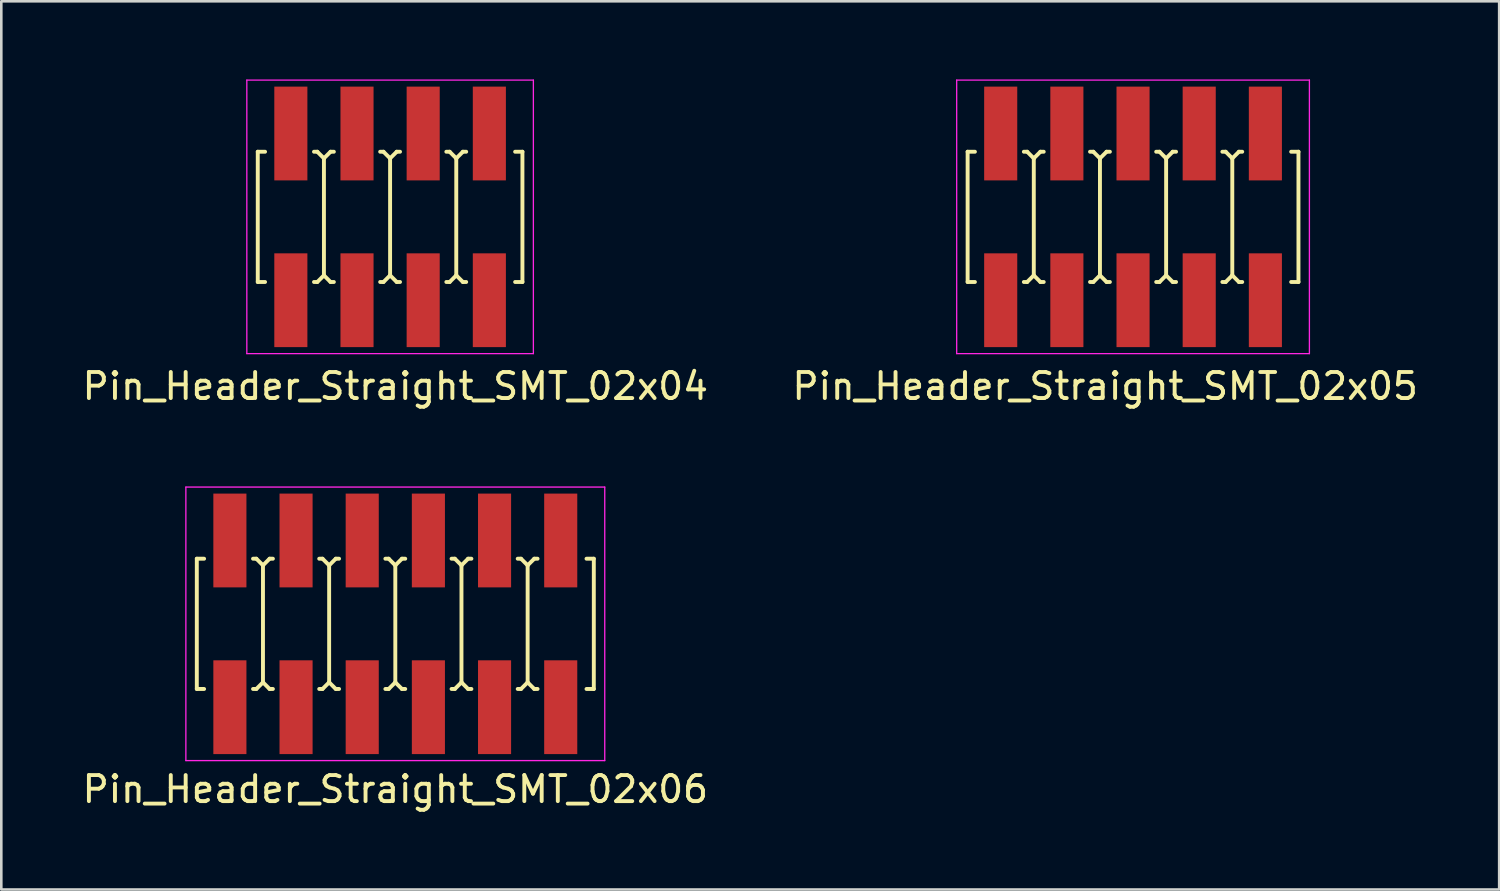
<source format=kicad_pcb>
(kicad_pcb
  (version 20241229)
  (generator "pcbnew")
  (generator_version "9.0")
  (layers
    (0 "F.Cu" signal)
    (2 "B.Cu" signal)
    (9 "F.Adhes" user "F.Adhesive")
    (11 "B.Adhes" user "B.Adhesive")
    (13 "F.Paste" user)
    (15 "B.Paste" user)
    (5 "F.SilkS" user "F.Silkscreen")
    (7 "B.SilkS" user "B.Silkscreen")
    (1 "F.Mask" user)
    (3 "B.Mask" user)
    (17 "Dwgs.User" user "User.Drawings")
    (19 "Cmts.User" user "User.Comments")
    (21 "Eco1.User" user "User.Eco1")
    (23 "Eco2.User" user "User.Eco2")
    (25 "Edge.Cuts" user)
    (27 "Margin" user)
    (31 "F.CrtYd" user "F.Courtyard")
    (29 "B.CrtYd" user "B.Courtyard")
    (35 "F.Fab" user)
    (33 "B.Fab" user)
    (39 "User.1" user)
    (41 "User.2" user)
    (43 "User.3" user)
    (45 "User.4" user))
  (footprint "Pin_Header_Straight_SMT_02x04"
    (layer "F.Cu")
    (at 11.925 5.275)
    (property "Reference" "Pin_Header_Straight_SMT_02x04" (at 0.2 6.5 0) (layer "F.SilkS") (effects (font (size 1 1) (thickness 0.15))))
    (attr through_hole)
    (fp_line (start -5.08 -2.5) (end -5.08 2.5) (stroke (width 0.15) (type solid)) (layer "F.SilkS"))
    (fp_line (start -5.08 -2.5) (end -4.8 -2.5) (stroke (width 0.15) (type solid)) (layer "F.SilkS"))
    (fp_line (start -5.08 2.5) (end -4.8 2.5) (stroke (width 0.15) (type solid)) (layer "F.SilkS"))
    (fp_line (start -2.921 -2.5) (end -2.794 -2.5) (stroke (width 0.15) (type solid)) (layer "F.SilkS"))
    (fp_line (start -2.794 -2.5) (end -2.54 -2.246) (stroke (width 0.15) (type solid)) (layer "F.SilkS"))
    (fp_line (start -2.794 2.5) (end -2.921 2.5) (stroke (width 0.15) (type solid)) (layer "F.SilkS"))
    (fp_line (start -2.54 -2.246) (end -2.286 -2.5) (stroke (width 0.15) (type solid)) (layer "F.SilkS"))
    (fp_line (start -2.54 2.246) (end -2.794 2.5) (stroke (width 0.15) (type solid)) (layer "F.SilkS"))
    (fp_line (start -2.54 2.25) (end -2.54 -2.25) (stroke (width 0.15) (type solid)) (layer "F.SilkS"))
    (fp_line (start -2.286 -2.5) (end -2.159 -2.5) (stroke (width 0.15) (type solid)) (layer "F.SilkS"))
    (fp_line (start -2.286 2.5) (end -2.54 2.246) (stroke (width 0.15) (type solid)) (layer "F.SilkS"))
    (fp_line (start -2.159 2.5) (end -2.286 2.5) (stroke (width 0.15) (type solid)) (layer "F.SilkS"))
    (fp_line (start -0.381 -2.5) (end -0.254 -2.5) (stroke (width 0.15) (type solid)) (layer "F.SilkS"))
    (fp_line (start -0.254 -2.5) (end 0 -2.246) (stroke (width 0.15) (type solid)) (layer "F.SilkS"))
    (fp_line (start -0.254 2.5) (end -0.381 2.5) (stroke (width 0.15) (type solid)) (layer "F.SilkS"))
    (fp_line (start 0 -2.246) (end 0.254 -2.5) (stroke (width 0.15) (type solid)) (layer "F.SilkS"))
    (fp_line (start 0 2.246) (end -0.254 2.5) (stroke (width 0.15) (type solid)) (layer "F.SilkS"))
    (fp_line (start 0 2.25) (end 0 -2.25) (stroke (width 0.15) (type solid)) (layer "F.SilkS"))
    (fp_line (start 0.254 -2.5) (end 0.381 -2.5) (stroke (width 0.15) (type solid)) (layer "F.SilkS"))
    (fp_line (start 0.254 2.5) (end 0 2.246) (stroke (width 0.15) (type solid)) (layer "F.SilkS"))
    (fp_line (start 0.381 2.5) (end 0.254 2.5) (stroke (width 0.15) (type solid)) (layer "F.SilkS"))
    (fp_line (start 2.159 -2.5) (end 2.286 -2.5) (stroke (width 0.15) (type solid)) (layer "F.SilkS"))
    (fp_line (start 2.286 -2.5) (end 2.54 -2.246) (stroke (width 0.15) (type solid)) (layer "F.SilkS"))
    (fp_line (start 2.286 2.5) (end 2.159 2.5) (stroke (width 0.15) (type solid)) (layer "F.SilkS"))
    (fp_line (start 2.54 -2.246) (end 2.794 -2.5) (stroke (width 0.15) (type solid)) (layer "F.SilkS"))
    (fp_line (start 2.54 2.246) (end 2.286 2.5) (stroke (width 0.15) (type solid)) (layer "F.SilkS"))
    (fp_line (start 2.54 2.25) (end 2.54 -2.25) (stroke (width 0.15) (type solid)) (layer "F.SilkS"))
    (fp_line (start 2.794 -2.5) (end 2.921 -2.5) (stroke (width 0.15) (type solid)) (layer "F.SilkS"))
    (fp_line (start 2.794 2.5) (end 2.54 2.246) (stroke (width 0.15) (type solid)) (layer "F.SilkS"))
    (fp_line (start 2.921 2.5) (end 2.794 2.5) (stroke (width 0.15) (type solid)) (layer "F.SilkS"))
    (fp_line (start 5.08 -2.5) (end 4.8 -2.5) (stroke (width 0.15) (type solid)) (layer "F.SilkS"))
    (fp_line (start 5.08 -2.5) (end 5.08 2.5) (stroke (width 0.15) (type solid)) (layer "F.SilkS"))
    (fp_line (start 5.08 2.5) (end 4.8 2.5) (stroke (width 0.15) (type solid)) (layer "F.SilkS"))
    (fp_line (start -5.5 -5.25) (end -5.5 5.25) (stroke (width 0.05) (type solid)) (layer "F.CrtYd"))
    (fp_line (start -5.5 5.25) (end 5.5 5.25) (stroke (width 0.05) (type solid)) (layer "F.CrtYd"))
    (fp_line (start 5.5 -5.25) (end -5.5 -5.25) (stroke (width 0.05) (type solid)) (layer "F.CrtYd"))
    (fp_line (start 5.5 5.25) (end 5.5 -5.25) (stroke (width 0.05) (type solid)) (layer "F.CrtYd"))
    (pad "1" smd rect (at -3.81 3.2) (size 1.27 3.6) (layers "F.Cu" "F.Mask" "F.Paste"))
    (pad "2" smd rect (at -3.81 -3.2) (size 1.27 3.6) (layers "F.Cu" "F.Mask" "F.Paste"))
    (pad "3" smd rect (at -1.27 3.2) (size 1.27 3.6) (layers "F.Cu" "F.Mask" "F.Paste"))
    (pad "4" smd rect (at -1.27 -3.2) (size 1.27 3.6) (layers "F.Cu" "F.Mask" "F.Paste"))
    (pad "5" smd rect (at 1.27 3.2) (size 1.27 3.6) (layers "F.Cu" "F.Mask" "F.Paste"))
    (pad "6" smd rect (at 1.27 -3.2) (size 1.27 3.6) (layers "F.Cu" "F.Mask" "F.Paste"))
    (pad "7" smd rect (at 3.81 3.2) (size 1.27 3.6) (layers "F.Cu" "F.Mask" "F.Paste"))
    (pad "8" smd rect (at 3.81 -3.2) (size 1.27 3.6) (layers "F.Cu" "F.Mask" "F.Paste")))
  (footprint "Pin_Header_Straight_SMT_02x06"
    (layer "F.Cu")
    (at 12.125 20.898)
    (property "Reference" "Pin_Header_Straight_SMT_02x06" (at 0 6.35 0) (layer "F.SilkS") (effects (font (size 1 1) (thickness 0.15))))
    (attr through_hole)
    (fp_line (start -7.62 -2.5) (end -7.62 2.5) (stroke (width 0.15) (type solid)) (layer "F.SilkS"))
    (fp_line (start -7.62 -2.5) (end -7.34 -2.5) (stroke (width 0.15) (type solid)) (layer "F.SilkS"))
    (fp_line (start -7.62 2.5) (end -7.34 2.5) (stroke (width 0.15) (type solid)) (layer "F.SilkS"))
    (fp_line (start -5.461 -2.5) (end -5.334 -2.5) (stroke (width 0.15) (type solid)) (layer "F.SilkS"))
    (fp_line (start -5.334 -2.5) (end -5.08 -2.246) (stroke (width 0.15) (type solid)) (layer "F.SilkS"))
    (fp_line (start -5.334 2.5) (end -5.461 2.5) (stroke (width 0.15) (type solid)) (layer "F.SilkS"))
    (fp_line (start -5.08 -2.246) (end -4.826 -2.5) (stroke (width 0.15) (type solid)) (layer "F.SilkS"))
    (fp_line (start -5.08 2.246) (end -5.334 2.5) (stroke (width 0.15) (type solid)) (layer "F.SilkS"))
    (fp_line (start -5.08 2.25) (end -5.08 -2.25) (stroke (width 0.15) (type solid)) (layer "F.SilkS"))
    (fp_line (start -4.826 -2.5) (end -4.699 -2.5) (stroke (width 0.15) (type solid)) (layer "F.SilkS"))
    (fp_line (start -4.826 2.5) (end -5.08 2.246) (stroke (width 0.15) (type solid)) (layer "F.SilkS"))
    (fp_line (start -4.699 2.5) (end -4.826 2.5) (stroke (width 0.15) (type solid)) (layer "F.SilkS"))
    (fp_line (start -2.921 -2.5) (end -2.794 -2.5) (stroke (width 0.15) (type solid)) (layer "F.SilkS"))
    (fp_line (start -2.794 -2.5) (end -2.54 -2.246) (stroke (width 0.15) (type solid)) (layer "F.SilkS"))
    (fp_line (start -2.794 2.5) (end -2.921 2.5) (stroke (width 0.15) (type solid)) (layer "F.SilkS"))
    (fp_line (start -2.54 -2.246) (end -2.286 -2.5) (stroke (width 0.15) (type solid)) (layer "F.SilkS"))
    (fp_line (start -2.54 2.246) (end -2.794 2.5) (stroke (width 0.15) (type solid)) (layer "F.SilkS"))
    (fp_line (start -2.54 2.25) (end -2.54 -2.25) (stroke (width 0.15) (type solid)) (layer "F.SilkS"))
    (fp_line (start -2.286 -2.5) (end -2.159 -2.5) (stroke (width 0.15) (type solid)) (layer "F.SilkS"))
    (fp_line (start -2.286 2.5) (end -2.54 2.246) (stroke (width 0.15) (type solid)) (layer "F.SilkS"))
    (fp_line (start -2.159 2.5) (end -2.286 2.5) (stroke (width 0.15) (type solid)) (layer "F.SilkS"))
    (fp_line (start -0.381 -2.5) (end -0.254 -2.5) (stroke (width 0.15) (type solid)) (layer "F.SilkS"))
    (fp_line (start -0.254 -2.5) (end 0 -2.246) (stroke (width 0.15) (type solid)) (layer "F.SilkS"))
    (fp_line (start -0.254 2.5) (end -0.381 2.5) (stroke (width 0.15) (type solid)) (layer "F.SilkS"))
    (fp_line (start 0 -2.246) (end 0.254 -2.5) (stroke (width 0.15) (type solid)) (layer "F.SilkS"))
    (fp_line (start 0 2.246) (end -0.254 2.5) (stroke (width 0.15) (type solid)) (layer "F.SilkS"))
    (fp_line (start 0 2.25) (end 0 -2.25) (stroke (width 0.15) (type solid)) (layer "F.SilkS"))
    (fp_line (start 0.254 -2.5) (end 0.381 -2.5) (stroke (width 0.15) (type solid)) (layer "F.SilkS"))
    (fp_line (start 0.254 2.5) (end 0 2.246) (stroke (width 0.15) (type solid)) (layer "F.SilkS"))
    (fp_line (start 0.381 2.5) (end 0.254 2.5) (stroke (width 0.15) (type solid)) (layer "F.SilkS"))
    (fp_line (start 2.159 -2.5) (end 2.286 -2.5) (stroke (width 0.15) (type solid)) (layer "F.SilkS"))
    (fp_line (start 2.286 -2.5) (end 2.54 -2.246) (stroke (width 0.15) (type solid)) (layer "F.SilkS"))
    (fp_line (start 2.286 2.5) (end 2.159 2.5) (stroke (width 0.15) (type solid)) (layer "F.SilkS"))
    (fp_line (start 2.54 -2.246) (end 2.794 -2.5) (stroke (width 0.15) (type solid)) (layer "F.SilkS"))
    (fp_line (start 2.54 2.246) (end 2.286 2.5) (stroke (width 0.15) (type solid)) (layer "F.SilkS"))
    (fp_line (start 2.54 2.25) (end 2.54 -2.25) (stroke (width 0.15) (type solid)) (layer "F.SilkS"))
    (fp_line (start 2.794 -2.5) (end 2.921 -2.5) (stroke (width 0.15) (type solid)) (layer "F.SilkS"))
    (fp_line (start 2.794 2.5) (end 2.54 2.246) (stroke (width 0.15) (type solid)) (layer "F.SilkS"))
    (fp_line (start 2.921 2.5) (end 2.794 2.5) (stroke (width 0.15) (type solid)) (layer "F.SilkS"))
    (fp_line (start 4.699 -2.5) (end 4.826 -2.5) (stroke (width 0.15) (type solid)) (layer "F.SilkS"))
    (fp_line (start 4.826 -2.5) (end 5.08 -2.246) (stroke (width 0.15) (type solid)) (layer "F.SilkS"))
    (fp_line (start 4.826 2.5) (end 4.699 2.5) (stroke (width 0.15) (type solid)) (layer "F.SilkS"))
    (fp_line (start 5.08 -2.246) (end 5.334 -2.5) (stroke (width 0.15) (type solid)) (layer "F.SilkS"))
    (fp_line (start 5.08 2.246) (end 4.826 2.5) (stroke (width 0.15) (type solid)) (layer "F.SilkS"))
    (fp_line (start 5.08 2.25) (end 5.08 -2.25) (stroke (width 0.15) (type solid)) (layer "F.SilkS"))
    (fp_line (start 5.334 -2.5) (end 5.461 -2.5) (stroke (width 0.15) (type solid)) (layer "F.SilkS"))
    (fp_line (start 5.334 2.5) (end 5.08 2.246) (stroke (width 0.15) (type solid)) (layer "F.SilkS"))
    (fp_line (start 5.461 2.5) (end 5.334 2.5) (stroke (width 0.15) (type solid)) (layer "F.SilkS"))
    (fp_line (start 7.62 -2.5) (end 7.34 -2.5) (stroke (width 0.15) (type solid)) (layer "F.SilkS"))
    (fp_line (start 7.62 -2.5) (end 7.62 2.5) (stroke (width 0.15) (type solid)) (layer "F.SilkS"))
    (fp_line (start 7.62 2.5) (end 7.34 2.5) (stroke (width 0.15) (type solid)) (layer "F.SilkS"))
    (fp_line (start -8.04 -5.25) (end -8.04 5.25) (stroke (width 0.05) (type solid)) (layer "F.CrtYd"))
    (fp_line (start -8.04 5.25) (end 8.04 5.25) (stroke (width 0.05) (type solid)) (layer "F.CrtYd"))
    (fp_line (start 8.04 -5.25) (end -8.04 -5.25) (stroke (width 0.05) (type solid)) (layer "F.CrtYd"))
    (fp_line (start 8.04 5.25) (end 8.04 -5.25) (stroke (width 0.05) (type solid)) (layer "F.CrtYd"))
    (pad "1" smd rect (at -6.35 3.2) (size 1.27 3.6) (layers "F.Cu" "F.Mask" "F.Paste"))
    (pad "2" smd rect (at -6.35 -3.2) (size 1.27 3.6) (layers "F.Cu" "F.Mask" "F.Paste"))
    (pad "3" smd rect (at -3.81 3.2) (size 1.27 3.6) (layers "F.Cu" "F.Mask" "F.Paste"))
    (pad "4" smd rect (at -3.81 -3.2) (size 1.27 3.6) (layers "F.Cu" "F.Mask" "F.Paste"))
    (pad "5" smd rect (at -1.27 3.2) (size 1.27 3.6) (layers "F.Cu" "F.Mask" "F.Paste"))
    (pad "6" smd rect (at -1.27 -3.2) (size 1.27 3.6) (layers "F.Cu" "F.Mask" "F.Paste"))
    (pad "7" smd rect (at 1.27 3.2) (size 1.27 3.6) (layers "F.Cu" "F.Mask" "F.Paste"))
    (pad "8" smd rect (at 1.27 -3.2) (size 1.27 3.6) (layers "F.Cu" "F.Mask" "F.Paste"))
    (pad "9" smd rect (at 3.81 3.2) (size 1.27 3.6) (layers "F.Cu" "F.Mask" "F.Paste"))
    (pad "10" smd rect (at 3.81 -3.2) (size 1.27 3.6) (layers "F.Cu" "F.Mask" "F.Paste"))
    (pad "11" smd rect (at 6.35 3.2) (size 1.27 3.6) (layers "F.Cu" "F.Mask" "F.Paste"))
    (pad "12" smd rect (at 6.35 -3.2) (size 1.27 3.6) (layers "F.Cu" "F.Mask" "F.Paste")))
  (footprint "Pin_Header_Straight_SMT_02x05"
    (layer "F.Cu")
    (at 40.445 5.275)
    (property "Reference" "Pin_Header_Straight_SMT_02x05" (at -1.07 6.5 0) (layer "F.SilkS") (effects (font (size 1 1) (thickness 0.15))))
    (attr through_hole)
    (fp_line (start -6.35 -2.5) (end -6.35 2.5) (stroke (width 0.15) (type solid)) (layer "F.SilkS"))
    (fp_line (start -6.35 -2.5) (end -6.07 -2.5) (stroke (width 0.15) (type solid)) (layer "F.SilkS"))
    (fp_line (start -6.35 2.5) (end -6.07 2.5) (stroke (width 0.15) (type solid)) (layer "F.SilkS"))
    (fp_line (start -4.191 -2.5) (end -4.064 -2.5) (stroke (width 0.15) (type solid)) (layer "F.SilkS"))
    (fp_line (start -4.064 -2.5) (end -3.81 -2.246) (stroke (width 0.15) (type solid)) (layer "F.SilkS"))
    (fp_line (start -4.064 2.5) (end -4.191 2.5) (stroke (width 0.15) (type solid)) (layer "F.SilkS"))
    (fp_line (start -3.81 -2.246) (end -3.556 -2.5) (stroke (width 0.15) (type solid)) (layer "F.SilkS"))
    (fp_line (start -3.81 2.246) (end -4.064 2.5) (stroke (width 0.15) (type solid)) (layer "F.SilkS"))
    (fp_line (start -3.81 2.25) (end -3.81 -2.25) (stroke (width 0.15) (type solid)) (layer "F.SilkS"))
    (fp_line (start -3.556 -2.5) (end -3.429 -2.5) (stroke (width 0.15) (type solid)) (layer "F.SilkS"))
    (fp_line (start -3.556 2.5) (end -3.81 2.246) (stroke (width 0.15) (type solid)) (layer "F.SilkS"))
    (fp_line (start -3.429 2.5) (end -3.556 2.5) (stroke (width 0.15) (type solid)) (layer "F.SilkS"))
    (fp_line (start -1.651 -2.5) (end -1.524 -2.5) (stroke (width 0.15) (type solid)) (layer "F.SilkS"))
    (fp_line (start -1.524 -2.5) (end -1.27 -2.246) (stroke (width 0.15) (type solid)) (layer "F.SilkS"))
    (fp_line (start -1.524 2.5) (end -1.651 2.5) (stroke (width 0.15) (type solid)) (layer "F.SilkS"))
    (fp_line (start -1.27 -2.246) (end -1.016 -2.5) (stroke (width 0.15) (type solid)) (layer "F.SilkS"))
    (fp_line (start -1.27 2.246) (end -1.524 2.5) (stroke (width 0.15) (type solid)) (layer "F.SilkS"))
    (fp_line (start -1.27 2.25) (end -1.27 -2.25) (stroke (width 0.15) (type solid)) (layer "F.SilkS"))
    (fp_line (start -1.016 -2.5) (end -0.889 -2.5) (stroke (width 0.15) (type solid)) (layer "F.SilkS"))
    (fp_line (start -1.016 2.5) (end -1.27 2.246) (stroke (width 0.15) (type solid)) (layer "F.SilkS"))
    (fp_line (start -0.889 2.5) (end -1.016 2.5) (stroke (width 0.15) (type solid)) (layer "F.SilkS"))
    (fp_line (start 0.889 -2.5) (end 1.016 -2.5) (stroke (width 0.15) (type solid)) (layer "F.SilkS"))
    (fp_line (start 1.016 -2.5) (end 1.27 -2.246) (stroke (width 0.15) (type solid)) (layer "F.SilkS"))
    (fp_line (start 1.016 2.5) (end 0.889 2.5) (stroke (width 0.15) (type solid)) (layer "F.SilkS"))
    (fp_line (start 1.27 -2.246) (end 1.524 -2.5) (stroke (width 0.15) (type solid)) (layer "F.SilkS"))
    (fp_line (start 1.27 2.246) (end 1.016 2.5) (stroke (width 0.15) (type solid)) (layer "F.SilkS"))
    (fp_line (start 1.27 2.25) (end 1.27 -2.25) (stroke (width 0.15) (type solid)) (layer "F.SilkS"))
    (fp_line (start 1.524 -2.5) (end 1.651 -2.5) (stroke (width 0.15) (type solid)) (layer "F.SilkS"))
    (fp_line (start 1.524 2.5) (end 1.27 2.246) (stroke (width 0.15) (type solid)) (layer "F.SilkS"))
    (fp_line (start 1.651 2.5) (end 1.524 2.5) (stroke (width 0.15) (type solid)) (layer "F.SilkS"))
    (fp_line (start 3.429 -2.5) (end 3.556 -2.5) (stroke (width 0.15) (type solid)) (layer "F.SilkS"))
    (fp_line (start 3.556 -2.5) (end 3.81 -2.246) (stroke (width 0.15) (type solid)) (layer "F.SilkS"))
    (fp_line (start 3.556 2.5) (end 3.429 2.5) (stroke (width 0.15) (type solid)) (layer "F.SilkS"))
    (fp_line (start 3.81 -2.246) (end 4.064 -2.5) (stroke (width 0.15) (type solid)) (layer "F.SilkS"))
    (fp_line (start 3.81 2.246) (end 3.556 2.5) (stroke (width 0.15) (type solid)) (layer "F.SilkS"))
    (fp_line (start 3.81 2.25) (end 3.81 -2.25) (stroke (width 0.15) (type solid)) (layer "F.SilkS"))
    (fp_line (start 4.064 -2.5) (end 4.191 -2.5) (stroke (width 0.15) (type solid)) (layer "F.SilkS"))
    (fp_line (start 4.064 2.5) (end 3.81 2.246) (stroke (width 0.15) (type solid)) (layer "F.SilkS"))
    (fp_line (start 4.191 2.5) (end 4.064 2.5) (stroke (width 0.15) (type solid)) (layer "F.SilkS"))
    (fp_line (start 6.35 -2.5) (end 6.07 -2.5) (stroke (width 0.15) (type solid)) (layer "F.SilkS"))
    (fp_line (start 6.35 -2.5) (end 6.35 2.5) (stroke (width 0.15) (type solid)) (layer "F.SilkS"))
    (fp_line (start 6.35 2.5) (end 6.07 2.5) (stroke (width 0.15) (type solid)) (layer "F.SilkS"))
    (fp_line (start -6.77 -5.25) (end -6.77 5.25) (stroke (width 0.05) (type solid)) (layer "F.CrtYd"))
    (fp_line (start -6.77 5.25) (end 6.77 5.25) (stroke (width 0.05) (type solid)) (layer "F.CrtYd"))
    (fp_line (start 6.77 -5.25) (end -6.77 -5.25) (stroke (width 0.05) (type solid)) (layer "F.CrtYd"))
    (fp_line (start 6.77 5.25) (end 6.77 -5.25) (stroke (width 0.05) (type solid)) (layer "F.CrtYd"))
    (pad "1" smd rect (at -5.08 3.2) (size 1.27 3.6) (layers "F.Cu" "F.Mask" "F.Paste"))
    (pad "2" smd rect (at -5.08 -3.2) (size 1.27 3.6) (layers "F.Cu" "F.Mask" "F.Paste"))
    (pad "3" smd rect (at -2.54 3.2) (size 1.27 3.6) (layers "F.Cu" "F.Mask" "F.Paste"))
    (pad "4" smd rect (at -2.54 -3.2) (size 1.27 3.6) (layers "F.Cu" "F.Mask" "F.Paste"))
    (pad "5" smd rect (at 0 3.2) (size 1.27 3.6) (layers "F.Cu" "F.Mask" "F.Paste"))
    (pad "6" smd rect (at 0 -3.2) (size 1.27 3.6) (layers "F.Cu" "F.Mask" "F.Paste"))
    (pad "7" smd rect (at 2.54 3.2) (size 1.27 3.6) (layers "F.Cu" "F.Mask" "F.Paste"))
    (pad "8" smd rect (at 2.54 -3.2) (size 1.27 3.6) (layers "F.Cu" "F.Mask" "F.Paste"))
    (pad "9" smd rect (at 5.08 3.2) (size 1.27 3.6) (layers "F.Cu" "F.Mask" "F.Paste"))
    (pad "10" smd rect (at 5.08 -3.2) (size 1.27 3.6) (layers "F.Cu" "F.Mask" "F.Paste")))
  (gr_rect
    (start -3 -3)
    (end 54.5 31.096)
    (stroke (width 0.1) (type default))
    (fill no)
    (layer "Edge.Cuts")))
</source>
